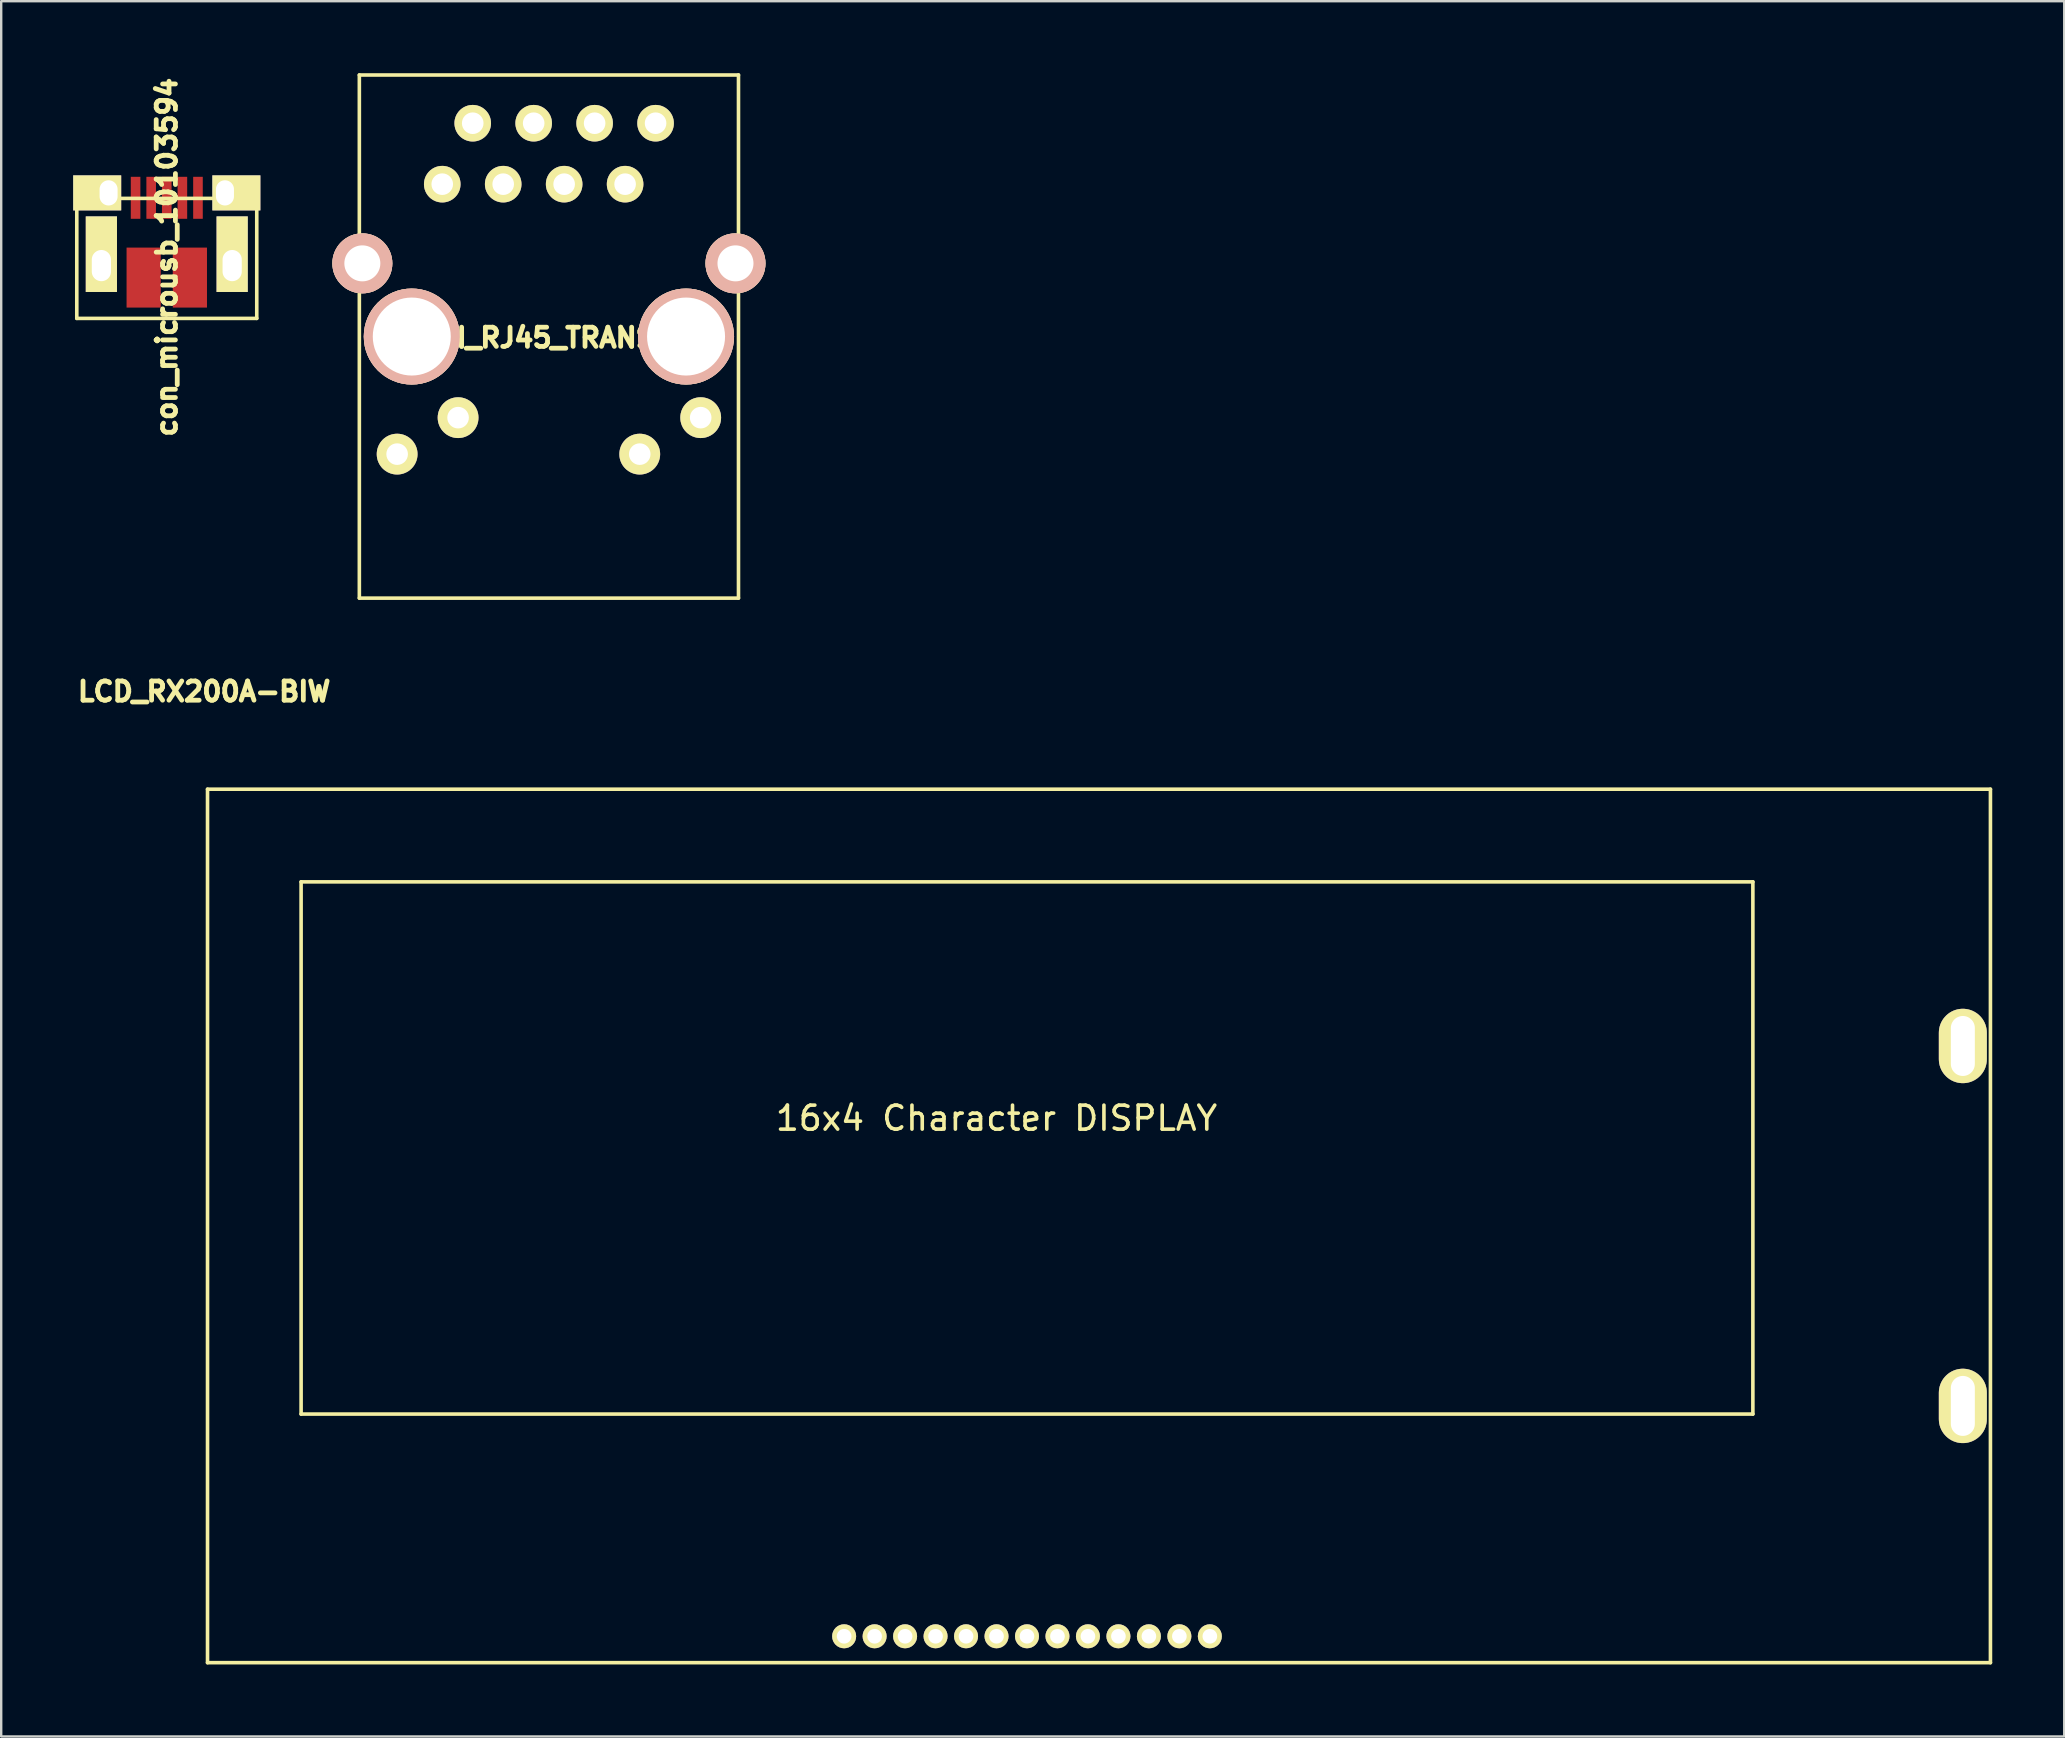
<source format=kicad_pcb>
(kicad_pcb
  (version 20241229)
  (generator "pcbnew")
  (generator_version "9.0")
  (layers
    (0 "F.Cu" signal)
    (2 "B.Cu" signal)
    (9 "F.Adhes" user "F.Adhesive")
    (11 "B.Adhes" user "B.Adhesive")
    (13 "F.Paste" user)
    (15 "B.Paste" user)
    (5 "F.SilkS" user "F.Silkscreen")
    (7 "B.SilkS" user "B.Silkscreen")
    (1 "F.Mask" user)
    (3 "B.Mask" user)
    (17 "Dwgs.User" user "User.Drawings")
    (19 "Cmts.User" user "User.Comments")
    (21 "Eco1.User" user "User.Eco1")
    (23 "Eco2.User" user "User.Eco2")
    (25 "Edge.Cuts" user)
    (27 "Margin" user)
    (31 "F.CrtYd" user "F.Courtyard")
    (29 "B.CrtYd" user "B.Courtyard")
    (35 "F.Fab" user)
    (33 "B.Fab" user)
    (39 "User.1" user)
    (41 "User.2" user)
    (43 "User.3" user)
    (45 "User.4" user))
  (footprint "CON_RJ45_TRANSFO"
    (layer "F.Cu")
    (at 19.825 10.975)
    (property "Reference" "CON_RJ45_TRANSFO" (at 0 0.05 0) (layer "F.SilkS") (effects (font (size 0.8 0.8) (thickness 0.2))))
    (attr through_hole)
    (fp_line (start -7.9 -10.9) (end -7.9 10.9) (stroke (width 0.15) (type solid)) (layer "F.SilkS"))
    (fp_line (start -7.9 10.9) (end 7.9 10.9) (stroke (width 0.15) (type solid)) (layer "F.SilkS"))
    (fp_line (start 7.9 -10.9) (end -7.9 -10.9) (stroke (width 0.15) (type solid)) (layer "F.SilkS"))
    (fp_line (start 7.9 10.9) (end 7.9 -10.9) (stroke (width 0.15) (type solid)) (layer "F.SilkS"))
    (pad "1" thru_hole circle (at -7.775 -3.05) (size 2.5 2.5) (drill 1.5) (layers "*.Cu" "*.SilkS" "*.Mask"))
    (pad "2" thru_hole circle (at 7.775 -3.05) (size 2.5 2.5) (drill 1.5) (layers "*.Cu" "*.SilkS" "*.Mask"))
    (pad "Hole" thru_hole circle (at -5.715 0) (size 4 4) (drill 3.25) (layers "*.Cu" "*.SilkS" "*.Mask"))
    (pad "Hole" thru_hole circle (at 5.715 0) (size 4 4) (drill 3.25) (layers "*.Cu" "*.SilkS" "*.Mask"))
    (pad "L1" thru_hole circle (at 6.325 3.38) (size 1.7 1.7) (drill 0.9) (layers "*.Cu" "*.Mask" "F.SilkS"))
    (pad "L2" thru_hole circle (at 3.785 4.9) (size 1.7 1.7) (drill 0.9) (layers "*.Cu" "*.Mask" "F.SilkS"))
    (pad "L3" thru_hole circle (at -3.785 3.38) (size 1.7 1.7) (drill 0.9) (layers "*.Cu" "*.Mask" "F.SilkS"))
    (pad "L4" thru_hole circle (at -6.325 4.9) (size 1.7 1.7) (drill 0.9) (layers "*.Cu" "*.Mask" "F.SilkS"))
    (pad "R1" thru_hole circle (at -4.445 -6.35) (size 1.524 1.524) (drill 0.9) (layers "*.Cu" "*.Mask" "F.SilkS"))
    (pad "R2" thru_hole circle (at -3.175 -8.89) (size 1.524 1.524) (drill 0.9) (layers "*.Cu" "*.Mask" "F.SilkS"))
    (pad "R3" thru_hole circle (at -1.905 -6.35) (size 1.524 1.524) (drill 0.9) (layers "*.Cu" "*.Mask" "F.SilkS"))
    (pad "R4" thru_hole circle (at -0.635 -8.89) (size 1.524 1.524) (drill 0.9) (layers "*.Cu" "*.Mask" "F.SilkS"))
    (pad "R5" thru_hole circle (at 0.635 -6.35) (size 1.524 1.524) (drill 0.9) (layers "*.Cu" "*.Mask" "F.SilkS"))
    (pad "R6" thru_hole circle (at 1.905 -8.89) (size 1.524 1.524) (drill 0.9) (layers "*.Cu" "*.Mask" "F.SilkS"))
    (pad "R7" thru_hole circle (at 3.175 -6.35) (size 1.524 1.524) (drill 0.9) (layers "*.Cu" "*.Mask" "F.SilkS"))
    (pad "R8" thru_hole circle (at 4.445 -8.89) (size 1.524 1.524) (drill 0.9) (layers "*.Cu" "*.Mask" "F.SilkS")))
  (footprint "con_microusb_10103594"
    (layer "F.Cu")
    (at 3.9 8.018)
    (property "Reference" "con_microusb_10103594" (at 0 -0.35 90) (layer "F.SilkS") (effects (font (size 0.8 0.8) (thickness 0.2))))
    (attr through_hole)
    (fp_line (start -3.75 -2.8) (end -3.75 2.2) (stroke (width 0.15) (type solid)) (layer "F.SilkS"))
    (fp_line (start -3.75 2.2) (end 3.75 2.2) (stroke (width 0.15) (type solid)) (layer "F.SilkS"))
    (fp_line (start 3.75 -2.8) (end -3.75 -2.8) (stroke (width 0.15) (type solid)) (layer "F.SilkS"))
    (fp_line (start 3.75 2.2) (end 3.75 -2.8) (stroke (width 0.15) (type solid)) (layer "F.SilkS"))
    (pad "1" smd rect (at -1.3 -2.825) (size 0.4 1.75) (layers "F.Cu" "F.Mask" "F.Paste"))
    (pad "2" smd rect (at -0.65 -2.825) (size 0.4 1.75) (layers "F.Cu" "F.Mask" "F.Paste"))
    (pad "3" smd rect (at 0 -2.825) (size 0.4 1.75) (layers "F.Cu" "F.Mask" "F.Paste"))
    (pad "4" smd rect (at 0.65 -2.825) (size 0.4 1.75) (layers "F.Cu" "F.Mask" "F.Paste"))
    (pad "5" smd rect (at 1.3 -2.825) (size 0.4 1.75) (layers "F.Cu" "F.Mask" "F.Paste"))
    (pad "6" thru_hole rect (at -2.425 -3.03) (size 2 1.46) (drill oval 0.75 1.05 (offset -0.475 0)) (layers "*.Cu" "*.Mask" "F.SilkS"))
    (pad "7" thru_hole rect (at 2.425 -3.03 180) (size 2 1.46) (drill oval 0.75 1.05 (offset -0.475 0)) (layers "*.Cu" "*.Mask" "F.SilkS"))
    (pad "8" thru_hole rect (at -2.725 0) (size 1.3 3.15) (drill oval 0.8 1.3 (offset 0 -0.475)) (layers "*.Cu" "*.Mask" "F.SilkS"))
    (pad "9" thru_hole rect (at 2.725 0) (size 1.3 3.15) (drill oval 0.8 1.3 (offset 0 -0.475)) (layers "*.Cu" "*.Mask" "F.SilkS"))
    (pad "10" smd rect (at -0.963 0.5) (size 1.425 2.5) (layers "F.Cu" "F.Mask" "F.Paste"))
    (pad "11" smd rect (at 0.963 0.5) (size 1.425 2.5) (layers "F.Cu" "F.Mask" "F.Paste")))
  (footprint "LCD_RX200A-BIW"
    (layer "F.Cu")
    (at 5.598 29.839)
    (property "Reference" "LCD_RX200A-BIW" (at -0.14 -4.07 0) (layer "F.SilkS") (effects (font (size 0.8 0.8) (thickness 0.2))))
    (attr through_hole)
    (fp_line (start 0 0) (end 0 36.4) (stroke (width 0.15) (type solid)) (layer "F.SilkS"))
    (fp_line (start 0 0) (end 74.3 0) (stroke (width 0.15) (type solid)) (layer "F.SilkS"))
    (fp_line (start 0 36.4) (end 74.3 36.4) (stroke (width 0.15) (type solid)) (layer "F.SilkS"))
    (fp_line (start 3.9 3.86) (end 3.9 26.04) (stroke (width 0.15) (type solid)) (layer "F.SilkS"))
    (fp_line (start 3.9 3.86) (end 64.4 3.86) (stroke (width 0.15) (type solid)) (layer "F.SilkS"))
    (fp_line (start 3.9 26.04) (end 64.4 26.04) (stroke (width 0.15) (type solid)) (layer "F.SilkS"))
    (fp_line (start 64.4 3.86) (end 64.4 26.04) (stroke (width 0.15) (type solid)) (layer "F.SilkS"))
    (fp_line (start 74.3 0) (end 74.3 36.4) (stroke (width 0.15) (type solid)) (layer "F.SilkS"))
    (fp_text user "16x4 Character DISPLAY" (at 32.88 13.71 0) (layer "F.SilkS") (effects (font (size 1 1) (thickness 0.15))))
    (pad "1" thru_hole circle (at 26.53 35.3) (size 1 1) (drill 0.61) (layers "*.Cu" "*.Mask" "F.SilkS"))
    (pad "2" thru_hole circle (at 27.8 35.3) (size 1 1) (drill 0.61) (layers "*.Cu" "*.Mask" "F.SilkS"))
    (pad "3" thru_hole circle (at 29.07 35.3) (size 1 1) (drill 0.61) (layers "*.Cu" "*.Mask" "F.SilkS"))
    (pad "4" thru_hole circle (at 30.34 35.3) (size 1 1) (drill 0.61) (layers "*.Cu" "*.Mask" "F.SilkS"))
    (pad "5" thru_hole circle (at 31.61 35.3) (size 1 1) (drill 0.61) (layers "*.Cu" "*.Mask" "F.SilkS"))
    (pad "6" thru_hole circle (at 32.88 35.3) (size 1 1) (drill 0.61) (layers "*.Cu" "*.Mask" "F.SilkS"))
    (pad "7" thru_hole circle (at 34.15 35.3) (size 1 1) (drill 0.61) (layers "*.Cu" "*.Mask" "F.SilkS"))
    (pad "8" thru_hole circle (at 35.42 35.3) (size 1 1) (drill 0.61) (layers "*.Cu" "*.Mask" "F.SilkS"))
    (pad "9" thru_hole circle (at 36.69 35.3) (size 1 1) (drill 0.61) (layers "*.Cu" "*.Mask" "F.SilkS"))
    (pad "10" thru_hole circle (at 37.96 35.3) (size 1 1) (drill 0.61) (layers "*.Cu" "*.Mask" "F.SilkS"))
    (pad "11" thru_hole circle (at 39.23 35.3) (size 1 1) (drill 0.61) (layers "*.Cu" "*.Mask" "F.SilkS"))
    (pad "12" thru_hole circle (at 40.5 35.3) (size 1 1) (drill 0.61) (layers "*.Cu" "*.Mask" "F.SilkS"))
    (pad "13" thru_hole circle (at 41.77 35.3) (size 1 1) (drill 0.61) (layers "*.Cu" "*.Mask" "F.SilkS"))
    (pad "A" thru_hole oval (at 73.15 25.7) (size 2 3.1) (drill oval 1 2.5) (layers "*.Cu" "*.Mask" "F.SilkS"))
    (pad "K" thru_hole oval (at 73.15 10.7) (size 2 3.1) (drill oval 1 2.5) (layers "*.Cu" "*.Mask" "F.SilkS")))
  (gr_rect
    (start -3 -3)
    (end 82.973 69.314)
    (stroke (width 0.1) (type default))
    (fill no)
    (layer "Edge.Cuts")))
</source>
